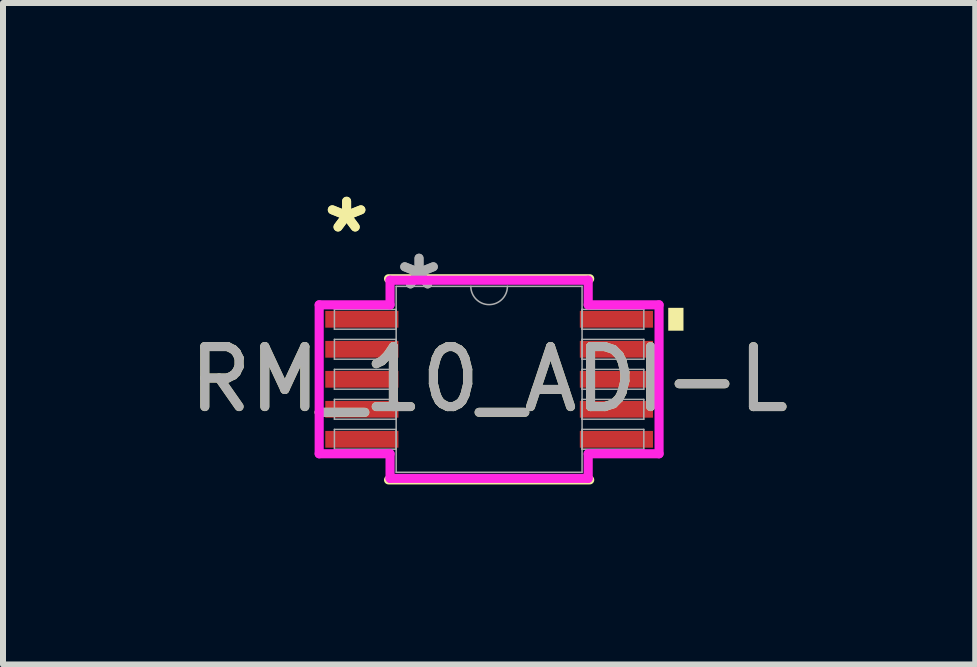
<source format=kicad_pcb>
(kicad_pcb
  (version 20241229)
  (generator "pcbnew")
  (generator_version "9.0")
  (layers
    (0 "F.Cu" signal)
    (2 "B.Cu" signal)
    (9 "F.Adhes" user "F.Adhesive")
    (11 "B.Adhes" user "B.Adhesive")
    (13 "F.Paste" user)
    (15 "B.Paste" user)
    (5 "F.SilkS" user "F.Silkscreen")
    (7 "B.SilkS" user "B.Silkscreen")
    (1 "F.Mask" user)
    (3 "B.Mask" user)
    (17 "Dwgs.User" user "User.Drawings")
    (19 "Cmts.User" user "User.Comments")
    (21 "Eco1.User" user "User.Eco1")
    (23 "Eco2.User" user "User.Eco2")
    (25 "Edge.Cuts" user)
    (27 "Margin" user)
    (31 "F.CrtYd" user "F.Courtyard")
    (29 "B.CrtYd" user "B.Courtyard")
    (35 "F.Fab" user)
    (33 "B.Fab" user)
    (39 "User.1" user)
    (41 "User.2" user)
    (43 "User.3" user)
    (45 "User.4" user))
  (footprint "RM_10_ADI-L"
    (layer "F.Cu")
    (at 5.101 3.271)
    (property "Reference" "RM_10_ADI-L" (at 0 0 0) (unlocked yes) (layer "F.SilkS") (effects (font (size 1 1) (thickness 0.15))))
    (attr smd)
    (fp_line (start -1.676 1.676) (end 1.676 1.676) (stroke (width 0.152) (type solid)) (layer "F.SilkS"))
    (fp_line (start 1.676 -1.676) (end -1.676 -1.676) (stroke (width 0.152) (type solid)) (layer "F.SilkS"))
    (fp_poly (pts (xy 3.239 -1.191) (xy 3.239 -0.81) (xy 2.985 -0.81) (xy 2.985 -1.191)) (stroke (width 0) (type solid)) (fill yes) (layer "F.SilkS"))
    (fp_line (start -2.832 -1.241) (end -1.651 -1.241) (stroke (width 0.152) (type solid)) (layer "F.CrtYd"))
    (fp_line (start -2.832 1.241) (end -2.832 -1.241) (stroke (width 0.152) (type solid)) (layer "F.CrtYd"))
    (fp_line (start -2.832 1.241) (end -1.651 1.241) (stroke (width 0.152) (type solid)) (layer "F.CrtYd"))
    (fp_line (start -1.651 -1.651) (end 1.651 -1.651) (stroke (width 0.152) (type solid)) (layer "F.CrtYd"))
    (fp_line (start -1.651 -1.241) (end -1.651 -1.651) (stroke (width 0.152) (type solid)) (layer "F.CrtYd"))
    (fp_line (start -1.651 1.651) (end -1.651 1.241) (stroke (width 0.152) (type solid)) (layer "F.CrtYd"))
    (fp_line (start 1.651 -1.651) (end 1.651 -1.241) (stroke (width 0.152) (type solid)) (layer "F.CrtYd"))
    (fp_line (start 1.651 1.241) (end 1.651 1.651) (stroke (width 0.152) (type solid)) (layer "F.CrtYd"))
    (fp_line (start 1.651 1.651) (end -1.651 1.651) (stroke (width 0.152) (type solid)) (layer "F.CrtYd"))
    (fp_line (start 2.832 -1.241) (end 1.651 -1.241) (stroke (width 0.152) (type solid)) (layer "F.CrtYd"))
    (fp_line (start 2.832 -1.241) (end 2.832 1.241) (stroke (width 0.152) (type solid)) (layer "F.CrtYd"))
    (fp_line (start 2.832 1.241) (end 1.651 1.241) (stroke (width 0.152) (type solid)) (layer "F.CrtYd"))
    (fp_line (start -2.578 -1.165) (end -2.578 -0.835) (stroke (width 0.025) (type solid)) (layer "F.Fab"))
    (fp_line (start -2.578 -0.835) (end -1.549 -0.835) (stroke (width 0.025) (type solid)) (layer "F.Fab"))
    (fp_line (start -2.578 -0.665) (end -2.578 -0.335) (stroke (width 0.025) (type solid)) (layer "F.Fab"))
    (fp_line (start -2.578 -0.335) (end -1.549 -0.335) (stroke (width 0.025) (type solid)) (layer "F.Fab"))
    (fp_line (start -2.578 -0.165) (end -2.578 0.165) (stroke (width 0.025) (type solid)) (layer "F.Fab"))
    (fp_line (start -2.578 0.165) (end -1.549 0.165) (stroke (width 0.025) (type solid)) (layer "F.Fab"))
    (fp_line (start -2.578 0.335) (end -2.578 0.665) (stroke (width 0.025) (type solid)) (layer "F.Fab"))
    (fp_line (start -2.578 0.665) (end -1.549 0.665) (stroke (width 0.025) (type solid)) (layer "F.Fab"))
    (fp_line (start -2.578 0.835) (end -2.578 1.165) (stroke (width 0.025) (type solid)) (layer "F.Fab"))
    (fp_line (start -2.578 1.165) (end -1.549 1.165) (stroke (width 0.025) (type solid)) (layer "F.Fab"))
    (fp_line (start -1.549 -1.549) (end -1.549 1.549) (stroke (width 0.025) (type solid)) (layer "F.Fab"))
    (fp_line (start -1.549 -1.165) (end -2.578 -1.165) (stroke (width 0.025) (type solid)) (layer "F.Fab"))
    (fp_line (start -1.549 -0.835) (end -1.549 -1.165) (stroke (width 0.025) (type solid)) (layer "F.Fab"))
    (fp_line (start -1.549 -0.665) (end -2.578 -0.665) (stroke (width 0.025) (type solid)) (layer "F.Fab"))
    (fp_line (start -1.549 -0.335) (end -1.549 -0.665) (stroke (width 0.025) (type solid)) (layer "F.Fab"))
    (fp_line (start -1.549 -0.165) (end -2.578 -0.165) (stroke (width 0.025) (type solid)) (layer "F.Fab"))
    (fp_line (start -1.549 0.165) (end -1.549 -0.165) (stroke (width 0.025) (type solid)) (layer "F.Fab"))
    (fp_line (start -1.549 0.335) (end -2.578 0.335) (stroke (width 0.025) (type solid)) (layer "F.Fab"))
    (fp_line (start -1.549 0.665) (end -1.549 0.335) (stroke (width 0.025) (type solid)) (layer "F.Fab"))
    (fp_line (start -1.549 0.835) (end -2.578 0.835) (stroke (width 0.025) (type solid)) (layer "F.Fab"))
    (fp_line (start -1.549 1.165) (end -1.549 0.835) (stroke (width 0.025) (type solid)) (layer "F.Fab"))
    (fp_line (start -1.549 1.549) (end 1.549 1.549) (stroke (width 0.025) (type solid)) (layer "F.Fab"))
    (fp_line (start 1.549 -1.549) (end -1.549 -1.549) (stroke (width 0.025) (type solid)) (layer "F.Fab"))
    (fp_line (start 1.549 -1.165) (end 1.549 -0.835) (stroke (width 0.025) (type solid)) (layer "F.Fab"))
    (fp_line (start 1.549 -0.835) (end 2.578 -0.835) (stroke (width 0.025) (type solid)) (layer "F.Fab"))
    (fp_line (start 1.549 -0.665) (end 1.549 -0.335) (stroke (width 0.025) (type solid)) (layer "F.Fab"))
    (fp_line (start 1.549 -0.335) (end 2.578 -0.335) (stroke (width 0.025) (type solid)) (layer "F.Fab"))
    (fp_line (start 1.549 -0.165) (end 1.549 0.165) (stroke (width 0.025) (type solid)) (layer "F.Fab"))
    (fp_line (start 1.549 0.165) (end 2.578 0.165) (stroke (width 0.025) (type solid)) (layer "F.Fab"))
    (fp_line (start 1.549 0.335) (end 1.549 0.665) (stroke (width 0.025) (type solid)) (layer "F.Fab"))
    (fp_line (start 1.549 0.665) (end 2.578 0.665) (stroke (width 0.025) (type solid)) (layer "F.Fab"))
    (fp_line (start 1.549 0.835) (end 1.549 1.165) (stroke (width 0.025) (type solid)) (layer "F.Fab"))
    (fp_line (start 1.549 1.165) (end 2.578 1.165) (stroke (width 0.025) (type solid)) (layer "F.Fab"))
    (fp_line (start 1.549 1.549) (end 1.549 -1.549) (stroke (width 0.025) (type solid)) (layer "F.Fab"))
    (fp_line (start 2.578 -1.165) (end 1.549 -1.165) (stroke (width 0.025) (type solid)) (layer "F.Fab"))
    (fp_line (start 2.578 -0.835) (end 2.578 -1.165) (stroke (width 0.025) (type solid)) (layer "F.Fab"))
    (fp_line (start 2.578 -0.665) (end 1.549 -0.665) (stroke (width 0.025) (type solid)) (layer "F.Fab"))
    (fp_line (start 2.578 -0.335) (end 2.578 -0.665) (stroke (width 0.025) (type solid)) (layer "F.Fab"))
    (fp_line (start 2.578 -0.165) (end 1.549 -0.165) (stroke (width 0.025) (type solid)) (layer "F.Fab"))
    (fp_line (start 2.578 0.165) (end 2.578 -0.165) (stroke (width 0.025) (type solid)) (layer "F.Fab"))
    (fp_line (start 2.578 0.335) (end 1.549 0.335) (stroke (width 0.025) (type solid)) (layer "F.Fab"))
    (fp_line (start 2.578 0.665) (end 2.578 0.335) (stroke (width 0.025) (type solid)) (layer "F.Fab"))
    (fp_line (start 2.578 0.835) (end 1.549 0.835) (stroke (width 0.025) (type solid)) (layer "F.Fab"))
    (fp_line (start 2.578 1.165) (end 2.578 0.835) (stroke (width 0.025) (type solid)) (layer "F.Fab"))
    (fp_arc (start 0.3048 -1.5494) (mid 0 -1.2446) (end -0.3048 -1.5494) (stroke (width 0.0254) (type solid)) (layer "F.Fab"))
    (fp_text user "*" (at -2.375 -2.422 0) (unlocked yes) (layer "F.SilkS") (effects (font (size 1 1) (thickness 0.15))))
    (fp_text user "*" (at -2.375 -2.422 0) (layer "F.SilkS") (effects (font (size 1 1) (thickness 0.15))))
    (fp_text user "*" (at -1.168 -1.473 0) (layer "F.Fab") (effects (font (size 1 1) (thickness 0.15))))
    (fp_text user "${REFERENCE}" (at 0 0 0) (unlocked yes) (layer "F.Fab") (effects (font (size 1 1) (thickness 0.15))))
    (fp_text user "*" (at -1.168 -1.473 0) (unlocked yes) (layer "F.Fab") (effects (font (size 1 1) (thickness 0.15))))
    (pad "1" smd rect (at -2.121 -1) (size 1.219 0.279) (layers "F.Cu" "F.Mask" "F.Paste"))
    (pad "2" smd rect (at -2.121 -0.5) (size 1.219 0.279) (layers "F.Cu" "F.Mask" "F.Paste"))
    (pad "3" smd rect (at -2.121 0) (size 1.219 0.279) (layers "F.Cu" "F.Mask" "F.Paste"))
    (pad "4" smd rect (at -2.121 0.5) (size 1.219 0.279) (layers "F.Cu" "F.Mask" "F.Paste"))
    (pad "5" smd rect (at -2.121 1) (size 1.219 0.279) (layers "F.Cu" "F.Mask" "F.Paste"))
    (pad "6" smd rect (at 2.121 1) (size 1.219 0.279) (layers "F.Cu" "F.Mask" "F.Paste"))
    (pad "7" smd rect (at 2.121 0.5) (size 1.219 0.279) (layers "F.Cu" "F.Mask" "F.Paste"))
    (pad "8" smd rect (at 2.121 0) (size 1.219 0.279) (layers "F.Cu" "F.Mask" "F.Paste"))
    (pad "9" smd rect (at 2.121 -0.5) (size 1.219 0.279) (layers "F.Cu" "F.Mask" "F.Paste"))
    (pad "10" smd rect (at 2.121 -1) (size 1.219 0.279) (layers "F.Cu" "F.Mask" "F.Paste")))
  (gr_rect
    (start -3 -3)
    (end 13.202 8.023)
    (stroke (width 0.1) (type default))
    (fill no)
    (layer "Edge.Cuts")))
</source>
